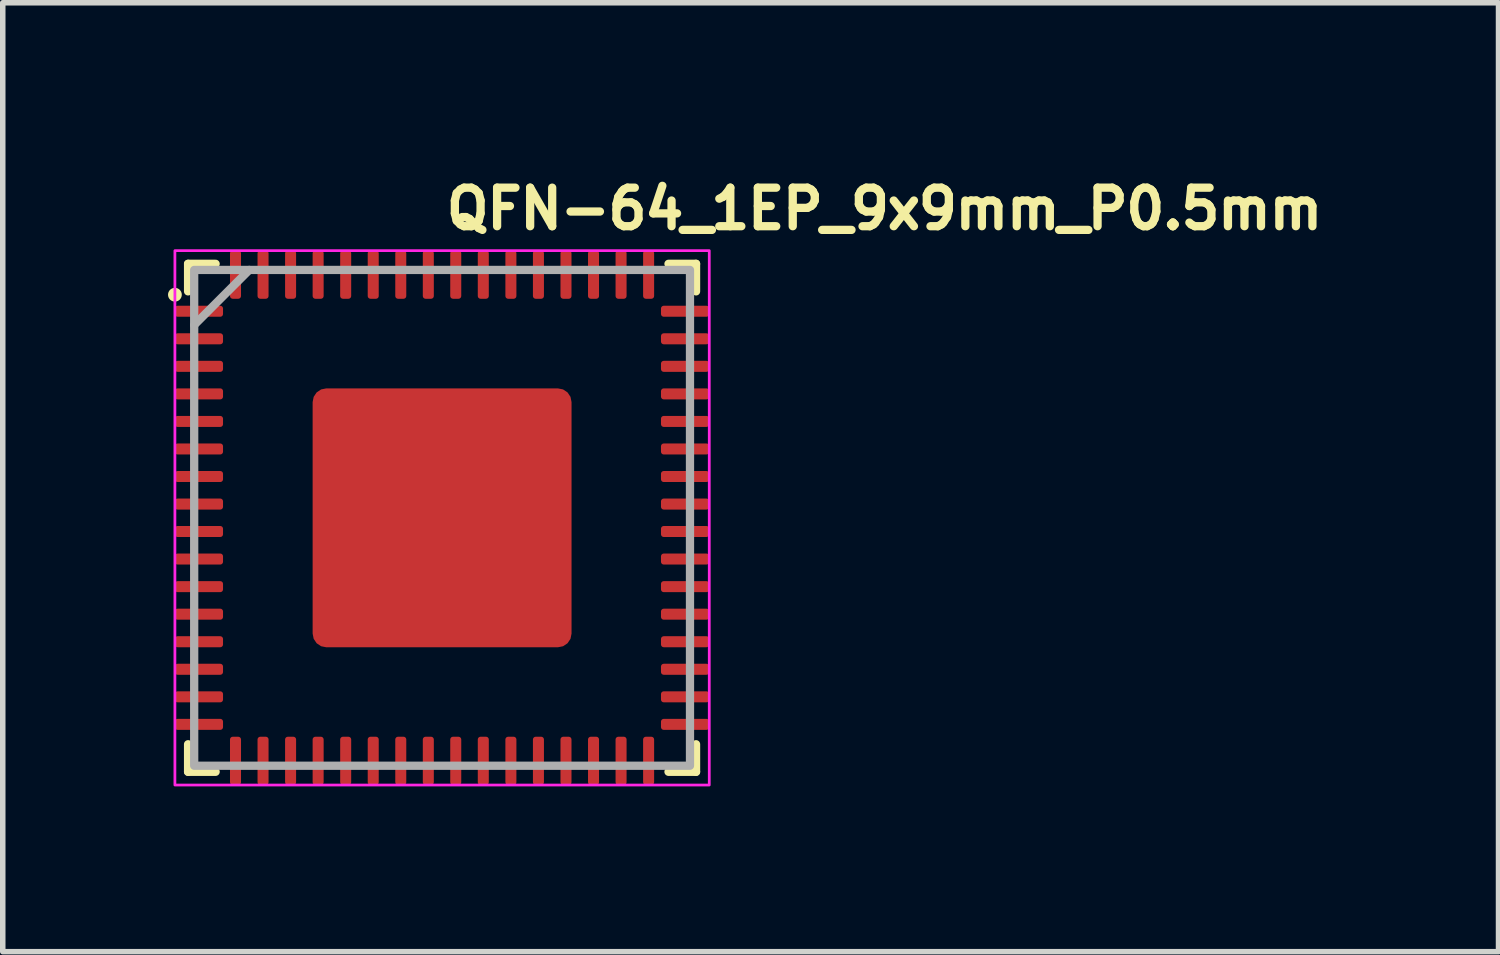
<source format=kicad_pcb>
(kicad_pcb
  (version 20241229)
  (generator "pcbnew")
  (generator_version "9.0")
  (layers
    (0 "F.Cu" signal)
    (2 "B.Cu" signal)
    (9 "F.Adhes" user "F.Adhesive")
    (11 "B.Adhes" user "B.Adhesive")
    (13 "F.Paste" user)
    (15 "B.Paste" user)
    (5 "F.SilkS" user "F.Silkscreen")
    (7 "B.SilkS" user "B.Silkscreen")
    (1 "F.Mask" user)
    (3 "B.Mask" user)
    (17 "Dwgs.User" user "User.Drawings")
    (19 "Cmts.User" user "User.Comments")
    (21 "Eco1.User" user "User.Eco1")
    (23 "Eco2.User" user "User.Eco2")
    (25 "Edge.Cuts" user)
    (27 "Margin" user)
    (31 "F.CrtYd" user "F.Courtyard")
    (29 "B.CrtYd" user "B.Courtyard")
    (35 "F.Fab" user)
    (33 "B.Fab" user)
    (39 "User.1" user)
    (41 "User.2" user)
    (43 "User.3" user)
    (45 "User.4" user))
  (footprint "QFN-64_1EP_9x9mm_P0.5mm"
    (layer "F.Cu")
    (at 4.975 6.35)
    (property "Reference" "QFN-64_1EP_9x9mm_P0.5mm" (at 0 -5.2 0) (layer "F.SilkS") (effects (font (size 0.7 0.7) (thickness 0.15)) (justify left bottom)))
    (attr smd)
    (fp_line (start -4.611 -4.111) (end -4.611 -4.611) (stroke (width 0.15) (type solid)) (layer "F.SilkS"))
    (fp_line (start -4.611 4.61) (end -4.611 4.11) (stroke (width 0.15) (type solid)) (layer "F.SilkS"))
    (fp_line (start -4.111 -4.611) (end -4.611 -4.611) (stroke (width 0.15) (type solid)) (layer "F.SilkS"))
    (fp_line (start -4.111 4.61) (end -4.611 4.61) (stroke (width 0.15) (type solid)) (layer "F.SilkS"))
    (fp_line (start 4.11 -4.611) (end 4.61 -4.611) (stroke (width 0.15) (type solid)) (layer "F.SilkS"))
    (fp_line (start 4.11 4.61) (end 4.61 4.61) (stroke (width 0.15) (type solid)) (layer "F.SilkS"))
    (fp_line (start 4.61 -4.611) (end 4.61 -4.111) (stroke (width 0.15) (type solid)) (layer "F.SilkS"))
    (fp_line (start 4.61 4.61) (end 4.61 4.11) (stroke (width 0.15) (type solid)) (layer "F.SilkS"))
    (fp_circle (center -4.85 -4.05) (end -4.8 -4.05) (stroke (width 0.15) (type solid)) (fill yes) (layer "F.SilkS"))
    (fp_rect (start -4.85 -4.85) (end 4.85 4.85) (stroke (width 0.05) (type solid)) (fill no) (layer "F.CrtYd"))
    (fp_line (start -4.5 -3.5) (end -3.5 -4.5) (stroke (width 0.15) (type solid)) (layer "F.Fab"))
    (fp_rect (start 4.5 4.5) (end -4.5 -4.5) (stroke (width 0.15) (type solid)) (fill no) (layer "F.Fab"))
    (fp_rect (start -4.51 -4.51) (end 4.509 4.509) (stroke (width 0.1) (type solid)) (fill no) (layer "User.5"))
    (fp_line (start -4.51 -3.875) (end -4.51 -3.625) (stroke (width 0.02) (type solid)) (layer "User.9"))
    (fp_line (start -4.51 -3.375) (end -4.51 -3.125) (stroke (width 0.02) (type solid)) (layer "User.9"))
    (fp_line (start -4.51 -2.875) (end -4.51 -2.625) (stroke (width 0.02) (type solid)) (layer "User.9"))
    (fp_line (start -4.51 -2.375) (end -4.51 -2.125) (stroke (width 0.02) (type solid)) (layer "User.9"))
    (fp_line (start -4.51 -1.875) (end -4.51 -1.625) (stroke (width 0.02) (type solid)) (layer "User.9"))
    (fp_line (start -4.51 -1.375) (end -4.51 -1.125) (stroke (width 0.02) (type solid)) (layer "User.9"))
    (fp_line (start -4.51 -0.875) (end -4.51 -0.625) (stroke (width 0.02) (type solid)) (layer "User.9"))
    (fp_line (start -4.51 -0.375) (end -4.51 -0.125) (stroke (width 0.02) (type solid)) (layer "User.9"))
    (fp_line (start -4.51 0.123) (end -4.51 0.373) (stroke (width 0.02) (type solid)) (layer "User.9"))
    (fp_line (start -4.51 0.623) (end -4.51 0.873) (stroke (width 0.02) (type solid)) (layer "User.9"))
    (fp_line (start -4.51 1.124) (end -4.51 1.374) (stroke (width 0.02) (type solid)) (layer "User.9"))
    (fp_line (start -4.51 1.624) (end -4.51 1.874) (stroke (width 0.02) (type solid)) (layer "User.9"))
    (fp_line (start -4.51 2.124) (end -4.51 2.374) (stroke (width 0.02) (type solid)) (layer "User.9"))
    (fp_line (start -4.51 2.624) (end -4.51 2.874) (stroke (width 0.02) (type solid)) (layer "User.9"))
    (fp_line (start -4.51 3.124) (end -4.51 3.374) (stroke (width 0.02) (type solid)) (layer "User.9"))
    (fp_line (start -4.51 3.624) (end -4.51 3.874) (stroke (width 0.02) (type solid)) (layer "User.9"))
    (fp_line (start -4.5 -4.08) (end -4.5 -3.875) (stroke (width 0.02) (type solid)) (layer "User.9"))
    (fp_line (start -4.5 -3.625) (end -4.5 -3.375) (stroke (width 0.02) (type solid)) (layer "User.9"))
    (fp_line (start -4.5 -3.125) (end -4.5 -2.875) (stroke (width 0.02) (type solid)) (layer "User.9"))
    (fp_line (start -4.5 -2.625) (end -4.5 -2.375) (stroke (width 0.02) (type solid)) (layer "User.9"))
    (fp_line (start -4.5 -2.125) (end -4.5 -1.875) (stroke (width 0.02) (type solid)) (layer "User.9"))
    (fp_line (start -4.5 -1.625) (end -4.5 -1.375) (stroke (width 0.02) (type solid)) (layer "User.9"))
    (fp_line (start -4.5 -1.125) (end -4.5 -0.875) (stroke (width 0.02) (type solid)) (layer "User.9"))
    (fp_line (start -4.5 -0.625) (end -4.5 -0.375) (stroke (width 0.02) (type solid)) (layer "User.9"))
    (fp_line (start -4.5 -0.125) (end -4.5 0.123) (stroke (width 0.02) (type solid)) (layer "User.9"))
    (fp_line (start -4.5 0.373) (end -4.5 0.623) (stroke (width 0.02) (type solid)) (layer "User.9"))
    (fp_line (start -4.5 0.873) (end -4.5 1.124) (stroke (width 0.02) (type solid)) (layer "User.9"))
    (fp_line (start -4.5 1.374) (end -4.5 1.624) (stroke (width 0.02) (type solid)) (layer "User.9"))
    (fp_line (start -4.5 1.874) (end -4.5 2.124) (stroke (width 0.02) (type solid)) (layer "User.9"))
    (fp_line (start -4.5 2.374) (end -4.5 2.624) (stroke (width 0.02) (type solid)) (layer "User.9"))
    (fp_line (start -4.5 2.874) (end -4.5 3.124) (stroke (width 0.02) (type solid)) (layer "User.9"))
    (fp_line (start -4.5 3.374) (end -4.5 3.624) (stroke (width 0.02) (type solid)) (layer "User.9"))
    (fp_line (start -4.5 3.874) (end -4.5 4.078) (stroke (width 0.02) (type solid)) (layer "User.9"))
    (fp_line (start -4.5 4.078) (end -4.08 4.498) (stroke (width 0.02) (type solid)) (layer "User.9"))
    (fp_line (start -4.375 -4.029) (end -4.375 -3.875) (stroke (width 0.02) (type solid)) (layer "User.9"))
    (fp_line (start -4.375 -4.029) (end -4.233 -3.971) (stroke (width 0.02) (type solid)) (layer "User.9"))
    (fp_line (start -4.375 -3.625) (end -4.375 -3.375) (stroke (width 0.02) (type solid)) (layer "User.9"))
    (fp_line (start -4.375 -3.125) (end -4.375 -2.875) (stroke (width 0.02) (type solid)) (layer "User.9"))
    (fp_line (start -4.375 -2.625) (end -4.375 -2.375) (stroke (width 0.02) (type solid)) (layer "User.9"))
    (fp_line (start -4.375 -2.125) (end -4.375 -1.875) (stroke (width 0.02) (type solid)) (layer "User.9"))
    (fp_line (start -4.375 -1.625) (end -4.375 -1.375) (stroke (width 0.02) (type solid)) (layer "User.9"))
    (fp_line (start -4.375 -1.125) (end -4.375 -0.875) (stroke (width 0.02) (type solid)) (layer "User.9"))
    (fp_line (start -4.375 -0.625) (end -4.375 -0.375) (stroke (width 0.02) (type solid)) (layer "User.9"))
    (fp_line (start -4.375 -0.125) (end -4.375 0.123) (stroke (width 0.02) (type solid)) (layer "User.9"))
    (fp_line (start -4.375 0.373) (end -4.375 0.623) (stroke (width 0.02) (type solid)) (layer "User.9"))
    (fp_line (start -4.375 0.873) (end -4.375 1.124) (stroke (width 0.02) (type solid)) (layer "User.9"))
    (fp_line (start -4.375 1.374) (end -4.375 1.624) (stroke (width 0.02) (type solid)) (layer "User.9"))
    (fp_line (start -4.375 1.874) (end -4.375 2.124) (stroke (width 0.02) (type solid)) (layer "User.9"))
    (fp_line (start -4.375 2.374) (end -4.375 2.624) (stroke (width 0.02) (type solid)) (layer "User.9"))
    (fp_line (start -4.375 2.874) (end -4.375 3.124) (stroke (width 0.02) (type solid)) (layer "User.9"))
    (fp_line (start -4.375 3.374) (end -4.375 3.624) (stroke (width 0.02) (type solid)) (layer "User.9"))
    (fp_line (start -4.375 3.874) (end -4.375 4.028) (stroke (width 0.02) (type solid)) (layer "User.9"))
    (fp_line (start -4.375 4.028) (end -4.029 4.373) (stroke (width 0.02) (type solid)) (layer "User.9"))
    (fp_line (start -4.374 -3.875) (end -4.51 -3.875) (stroke (width 0.02) (type solid)) (layer "User.9"))
    (fp_line (start -4.374 -3.875) (end -4.374 -3.625) (stroke (width 0.02) (type solid)) (layer "User.9"))
    (fp_line (start -4.374 -3.625) (end -4.51 -3.625) (stroke (width 0.02) (type solid)) (layer "User.9"))
    (fp_line (start -4.374 -3.375) (end -4.51 -3.375) (stroke (width 0.02) (type solid)) (layer "User.9"))
    (fp_line (start -4.374 -3.375) (end -4.374 -3.125) (stroke (width 0.02) (type solid)) (layer "User.9"))
    (fp_line (start -4.374 -3.125) (end -4.51 -3.125) (stroke (width 0.02) (type solid)) (layer "User.9"))
    (fp_line (start -4.374 -2.875) (end -4.51 -2.875) (stroke (width 0.02) (type solid)) (layer "User.9"))
    (fp_line (start -4.374 -2.875) (end -4.374 -2.625) (stroke (width 0.02) (type solid)) (layer "User.9"))
    (fp_line (start -4.374 -2.625) (end -4.51 -2.625) (stroke (width 0.02) (type solid)) (layer "User.9"))
    (fp_line (start -4.374 -2.375) (end -4.51 -2.375) (stroke (width 0.02) (type solid)) (layer "User.9"))
    (fp_line (start -4.374 -2.375) (end -4.374 -2.125) (stroke (width 0.02) (type solid)) (layer "User.9"))
    (fp_line (start -4.374 -2.125) (end -4.51 -2.125) (stroke (width 0.02) (type solid)) (layer "User.9"))
    (fp_line (start -4.374 -1.875) (end -4.51 -1.875) (stroke (width 0.02) (type solid)) (layer "User.9"))
    (fp_line (start -4.374 -1.875) (end -4.374 -1.625) (stroke (width 0.02) (type solid)) (layer "User.9"))
    (fp_line (start -4.374 -1.625) (end -4.51 -1.625) (stroke (width 0.02) (type solid)) (layer "User.9"))
    (fp_line (start -4.374 -1.375) (end -4.51 -1.375) (stroke (width 0.02) (type solid)) (layer "User.9"))
    (fp_line (start -4.374 -1.375) (end -4.374 -1.125) (stroke (width 0.02) (type solid)) (layer "User.9"))
    (fp_line (start -4.374 -1.125) (end -4.51 -1.125) (stroke (width 0.02) (type solid)) (layer "User.9"))
    (fp_line (start -4.374 -0.875) (end -4.51 -0.875) (stroke (width 0.02) (type solid)) (layer "User.9"))
    (fp_line (start -4.374 -0.875) (end -4.374 -0.625) (stroke (width 0.02) (type solid)) (layer "User.9"))
    (fp_line (start -4.374 -0.625) (end -4.51 -0.625) (stroke (width 0.02) (type solid)) (layer "User.9"))
    (fp_line (start -4.374 -0.375) (end -4.51 -0.375) (stroke (width 0.02) (type solid)) (layer "User.9"))
    (fp_line (start -4.374 -0.375) (end -4.374 -0.125) (stroke (width 0.02) (type solid)) (layer "User.9"))
    (fp_line (start -4.374 -0.125) (end -4.51 -0.125) (stroke (width 0.02) (type solid)) (layer "User.9"))
    (fp_line (start -4.374 0.123) (end -4.51 0.123) (stroke (width 0.02) (type solid)) (layer "User.9"))
    (fp_line (start -4.374 0.123) (end -4.374 0.373) (stroke (width 0.02) (type solid)) (layer "User.9"))
    (fp_line (start -4.374 0.373) (end -4.51 0.373) (stroke (width 0.02) (type solid)) (layer "User.9"))
    (fp_line (start -4.374 0.623) (end -4.51 0.623) (stroke (width 0.02) (type solid)) (layer "User.9"))
    (fp_line (start -4.374 0.623) (end -4.374 0.873) (stroke (width 0.02) (type solid)) (layer "User.9"))
    (fp_line (start -4.374 0.873) (end -4.51 0.873) (stroke (width 0.02) (type solid)) (layer "User.9"))
    (fp_line (start -4.374 1.124) (end -4.51 1.124) (stroke (width 0.02) (type solid)) (layer "User.9"))
    (fp_line (start -4.374 1.124) (end -4.374 1.374) (stroke (width 0.02) (type solid)) (layer "User.9"))
    (fp_line (start -4.374 1.374) (end -4.51 1.374) (stroke (width 0.02) (type solid)) (layer "User.9"))
    (fp_line (start -4.374 1.624) (end -4.51 1.624) (stroke (width 0.02) (type solid)) (layer "User.9"))
    (fp_line (start -4.374 1.624) (end -4.374 1.874) (stroke (width 0.02) (type solid)) (layer "User.9"))
    (fp_line (start -4.374 1.874) (end -4.51 1.874) (stroke (width 0.02) (type solid)) (layer "User.9"))
    (fp_line (start -4.374 2.124) (end -4.51 2.124) (stroke (width 0.02) (type solid)) (layer "User.9"))
    (fp_line (start -4.374 2.124) (end -4.374 2.374) (stroke (width 0.02) (type solid)) (layer "User.9"))
    (fp_line (start -4.374 2.374) (end -4.51 2.374) (stroke (width 0.02) (type solid)) (layer "User.9"))
    (fp_line (start -4.374 2.624) (end -4.51 2.624) (stroke (width 0.02) (type solid)) (layer "User.9"))
    (fp_line (start -4.374 2.624) (end -4.374 2.874) (stroke (width 0.02) (type solid)) (layer "User.9"))
    (fp_line (start -4.374 2.874) (end -4.51 2.874) (stroke (width 0.02) (type solid)) (layer "User.9"))
    (fp_line (start -4.374 3.124) (end -4.51 3.124) (stroke (width 0.02) (type solid)) (layer "User.9"))
    (fp_line (start -4.374 3.124) (end -4.374 3.374) (stroke (width 0.02) (type solid)) (layer "User.9"))
    (fp_line (start -4.374 3.374) (end -4.51 3.374) (stroke (width 0.02) (type solid)) (layer "User.9"))
    (fp_line (start -4.374 3.624) (end -4.51 3.624) (stroke (width 0.02) (type solid)) (layer "User.9"))
    (fp_line (start -4.374 3.624) (end -4.374 3.874) (stroke (width 0.02) (type solid)) (layer "User.9"))
    (fp_line (start -4.374 3.874) (end -4.51 3.874) (stroke (width 0.02) (type solid)) (layer "User.9"))
    (fp_line (start -4.233 -3.971) (end -4.233 3.968) (stroke (width 0.02) (type solid)) (layer "User.9"))
    (fp_line (start -4.233 3.968) (end -4.375 4.028) (stroke (width 0.02) (type solid)) (layer "User.9"))
    (fp_line (start -4.233 3.968) (end -3.971 4.232) (stroke (width 0.02) (type solid)) (layer "User.9"))
    (fp_line (start -4.1 -3.786) (end -4.096 -3.805) (stroke (width 0.02) (type solid)) (layer "User.9"))
    (fp_line (start -4.1 -3.77) (end -4.1 -3.786) (stroke (width 0.02) (type solid)) (layer "User.9"))
    (fp_line (start -4.1 -3.75) (end -4.1 -3.77) (stroke (width 0.02) (type solid)) (layer "User.9"))
    (fp_line (start -4.1 -3.734) (end -4.1 -3.751) (stroke (width 0.02) (type solid)) (layer "User.9"))
    (fp_line (start -4.1 -3.715) (end -4.1 -3.734) (stroke (width 0.02) (type solid)) (layer "User.9"))
    (fp_line (start -4.096 -3.805) (end -4.093 -3.822) (stroke (width 0.02) (type solid)) (layer "User.9"))
    (fp_line (start -4.096 -3.697) (end -4.1 -3.715) (stroke (width 0.02) (type solid)) (layer "User.9"))
    (fp_line (start -4.093 -3.822) (end -4.09 -3.838) (stroke (width 0.02) (type solid)) (layer "User.9"))
    (fp_line (start -4.093 -3.681) (end -4.096 -3.697) (stroke (width 0.02) (type solid)) (layer "User.9"))
    (fp_line (start -4.09 -3.838) (end -4.085 -3.855) (stroke (width 0.02) (type solid)) (layer "User.9"))
    (fp_line (start -4.09 -3.664) (end -4.093 -3.681) (stroke (width 0.02) (type solid)) (layer "User.9"))
    (fp_line (start -4.085 -3.855) (end -4.079 -3.871) (stroke (width 0.02) (type solid)) (layer "User.9"))
    (fp_line (start -4.085 -3.646) (end -4.09 -3.664) (stroke (width 0.02) (type solid)) (layer "User.9"))
    (fp_line (start -4.08 -4.5) (end -4.5 -4.08) (stroke (width 0.02) (type solid)) (layer "User.9"))
    (fp_line (start -4.08 4.498) (end -3.875 4.498) (stroke (width 0.02) (type solid)) (layer "User.9"))
    (fp_line (start -4.079 -3.871) (end -4.074 -3.887) (stroke (width 0.02) (type solid)) (layer "User.9"))
    (fp_line (start -4.079 -3.63) (end -4.085 -3.646) (stroke (width 0.02) (type solid)) (layer "User.9"))
    (fp_line (start -4.074 -3.887) (end -4.066 -3.903) (stroke (width 0.02) (type solid)) (layer "User.9"))
    (fp_line (start -4.074 -3.614) (end -4.079 -3.63) (stroke (width 0.02) (type solid)) (layer "User.9"))
    (fp_line (start -4.066 -3.903) (end -4.058 -3.918) (stroke (width 0.02) (type solid)) (layer "User.9"))
    (fp_line (start -4.066 -3.6) (end -4.074 -3.614) (stroke (width 0.02) (type solid)) (layer "User.9"))
    (fp_line (start -4.058 -3.918) (end -4.05 -3.932) (stroke (width 0.02) (type solid)) (layer "User.9"))
    (fp_line (start -4.058 -3.584) (end -4.066 -3.6) (stroke (width 0.02) (type solid)) (layer "User.9"))
    (fp_line (start -4.05 -3.932) (end -4.042 -3.947) (stroke (width 0.02) (type solid)) (layer "User.9"))
    (fp_line (start -4.05 -3.569) (end -4.058 -3.584) (stroke (width 0.02) (type solid)) (layer "User.9"))
    (fp_line (start -4.042 -3.947) (end -4.031 -3.96) (stroke (width 0.02) (type solid)) (layer "User.9"))
    (fp_line (start -4.042 -3.556) (end -4.05 -3.569) (stroke (width 0.02) (type solid)) (layer "User.9"))
    (fp_line (start -4.031 -3.96) (end -4.021 -3.973) (stroke (width 0.02) (type solid)) (layer "User.9"))
    (fp_line (start -4.031 -3.541) (end -4.042 -3.556) (stroke (width 0.02) (type solid)) (layer "User.9"))
    (fp_line (start -4.029 -4.375) (end -4.375 -4.029) (stroke (width 0.02) (type solid)) (layer "User.9"))
    (fp_line (start -4.029 4.373) (end -3.875 4.373) (stroke (width 0.02) (type solid)) (layer "User.9"))
    (fp_line (start -4.021 -3.973) (end -4.01 -3.987) (stroke (width 0.02) (type solid)) (layer "User.9"))
    (fp_line (start -4.021 -3.528) (end -4.031 -3.541) (stroke (width 0.02) (type solid)) (layer "User.9"))
    (fp_line (start -4.01 -3.987) (end -3.999 -3.999) (stroke (width 0.02) (type solid)) (layer "User.9"))
    (fp_line (start -4.01 -3.516) (end -4.021 -3.528) (stroke (width 0.02) (type solid)) (layer "User.9"))
    (fp_line (start -3.999 -3.999) (end -3.987 -4.01) (stroke (width 0.02) (type solid)) (layer "User.9"))
    (fp_line (start -3.999 -3.504) (end -4.01 -3.516) (stroke (width 0.02) (type solid)) (layer "User.9"))
    (fp_line (start -3.987 -4.01) (end -3.973 -4.021) (stroke (width 0.02) (type solid)) (layer "User.9"))
    (fp_line (start -3.987 -3.492) (end -3.999 -3.504) (stroke (width 0.02) (type solid)) (layer "User.9"))
    (fp_line (start -3.973 -4.021) (end -3.96 -4.031) (stroke (width 0.02) (type solid)) (layer "User.9"))
    (fp_line (start -3.973 -3.481) (end -3.987 -3.492) (stroke (width 0.02) (type solid)) (layer "User.9"))
    (fp_line (start -3.971 -4.233) (end -4.233 -3.971) (stroke (width 0.02) (type solid)) (layer "User.9"))
    (fp_line (start -3.971 -4.233) (end -4.029 -4.375) (stroke (width 0.02) (type solid)) (layer "User.9"))
    (fp_line (start -3.971 4.232) (end -4.029 4.373) (stroke (width 0.02) (type solid)) (layer "User.9"))
    (fp_line (start -3.971 4.232) (end 3.968 4.232) (stroke (width 0.02) (type solid)) (layer "User.9"))
    (fp_line (start -3.96 -4.031) (end -3.947 -4.042) (stroke (width 0.02) (type solid)) (layer "User.9"))
    (fp_line (start -3.96 -3.471) (end -3.973 -3.481) (stroke (width 0.02) (type solid)) (layer "User.9"))
    (fp_line (start -3.947 -4.042) (end -3.932 -4.05) (stroke (width 0.02) (type solid)) (layer "User.9"))
    (fp_line (start -3.947 -3.46) (end -3.96 -3.471) (stroke (width 0.02) (type solid)) (layer "User.9"))
    (fp_line (start -3.932 -4.05) (end -3.918 -4.058) (stroke (width 0.02) (type solid)) (layer "User.9"))
    (fp_line (start -3.932 -3.451) (end -3.947 -3.46) (stroke (width 0.02) (type solid)) (layer "User.9"))
    (fp_line (start -3.918 -4.058) (end -3.903 -4.066) (stroke (width 0.02) (type solid)) (layer "User.9"))
    (fp_line (start -3.918 -3.443) (end -3.932 -3.451) (stroke (width 0.02) (type solid)) (layer "User.9"))
    (fp_line (start -3.903 -4.066) (end -3.887 -4.074) (stroke (width 0.02) (type solid)) (layer "User.9"))
    (fp_line (start -3.903 -3.435) (end -3.918 -3.443) (stroke (width 0.02) (type solid)) (layer "User.9"))
    (fp_line (start -3.887 -4.074) (end -3.871 -4.079) (stroke (width 0.02) (type solid)) (layer "User.9"))
    (fp_line (start -3.887 -3.428) (end -3.903 -3.435) (stroke (width 0.02) (type solid)) (layer "User.9"))
    (fp_line (start -3.875 -4.5) (end -4.08 -4.5) (stroke (width 0.02) (type solid)) (layer "User.9"))
    (fp_line (start -3.875 -4.375) (end -4.029 -4.375) (stroke (width 0.02) (type solid)) (layer "User.9"))
    (fp_line (start -3.875 -4.374) (end -3.875 -4.51) (stroke (width 0.02) (type solid)) (layer "User.9"))
    (fp_line (start -3.875 4.371) (end -3.875 4.509) (stroke (width 0.02) (type solid)) (layer "User.9"))
    (fp_line (start -3.875 4.371) (end -3.625 4.371) (stroke (width 0.02) (type solid)) (layer "User.9"))
    (fp_line (start -3.875 4.509) (end -3.625 4.509) (stroke (width 0.02) (type solid)) (layer "User.9"))
    (fp_line (start -3.871 -4.079) (end -3.855 -4.085) (stroke (width 0.02) (type solid)) (layer "User.9"))
    (fp_line (start -3.871 -3.423) (end -3.887 -3.428) (stroke (width 0.02) (type solid)) (layer "User.9"))
    (fp_line (start -3.855 -4.085) (end -3.838 -4.09) (stroke (width 0.02) (type solid)) (layer "User.9"))
    (fp_line (start -3.855 -3.416) (end -3.871 -3.423) (stroke (width 0.02) (type solid)) (layer "User.9"))
    (fp_line (start -3.838 -4.09) (end -3.822 -4.093) (stroke (width 0.02) (type solid)) (layer "User.9"))
    (fp_line (start -3.838 -3.412) (end -3.855 -3.416) (stroke (width 0.02) (type solid)) (layer "User.9"))
    (fp_line (start -3.822 -4.093) (end -3.805 -4.096) (stroke (width 0.02) (type solid)) (layer "User.9"))
    (fp_line (start -3.822 -3.408) (end -3.838 -3.412) (stroke (width 0.02) (type solid)) (layer "User.9"))
    (fp_line (start -3.805 -4.096) (end -3.786 -4.098) (stroke (width 0.02) (type solid)) (layer "User.9"))
    (fp_line (start -3.805 -3.406) (end -3.822 -3.408) (stroke (width 0.02) (type solid)) (layer "User.9"))
    (fp_line (start -3.786 -4.098) (end -3.77 -4.1) (stroke (width 0.02) (type solid)) (layer "User.9"))
    (fp_line (start -3.786 -3.403) (end -3.805 -3.406) (stroke (width 0.02) (type solid)) (layer "User.9"))
    (fp_line (start -3.77 -4.1) (end -3.75 -4.1) (stroke (width 0.02) (type solid)) (layer "User.9"))
    (fp_line (start -3.77 -3.402) (end -3.786 -3.403) (stroke (width 0.02) (type solid)) (layer "User.9"))
    (fp_line (start -3.75 -4.1) (end -3.75 -4.1) (stroke (width 0.02) (type solid)) (layer "User.9"))
    (fp_line (start -3.75 -4.1) (end -3.733 -4.1) (stroke (width 0.02) (type solid)) (layer "User.9"))
    (fp_line (start -3.75 -3.402) (end -3.77 -3.402) (stroke (width 0.02) (type solid)) (layer "User.9"))
    (fp_line (start -3.75 -3.402) (end -3.75 -3.402) (stroke (width 0.02) (type solid)) (layer "User.9"))
    (fp_line (start -3.733 -4.1) (end -3.715 -4.098) (stroke (width 0.02) (type solid)) (layer "User.9"))
    (fp_line (start -3.733 -3.402) (end -3.75 -3.402) (stroke (width 0.02) (type solid)) (layer "User.9"))
    (fp_line (start -3.715 -4.098) (end -3.697 -4.096) (stroke (width 0.02) (type solid)) (layer "User.9"))
    (fp_line (start -3.715 -3.403) (end -3.733 -3.402) (stroke (width 0.02) (type solid)) (layer "User.9"))
    (fp_line (start -3.697 -4.096) (end -3.681 -4.093) (stroke (width 0.02) (type solid)) (layer "User.9"))
    (fp_line (start -3.697 -3.406) (end -3.715 -3.403) (stroke (width 0.02) (type solid)) (layer "User.9"))
    (fp_line (start -3.681 -4.093) (end -3.664 -4.09) (stroke (width 0.02) (type solid)) (layer "User.9"))
    (fp_line (start -3.681 -3.408) (end -3.697 -3.406) (stroke (width 0.02) (type solid)) (layer "User.9"))
    (fp_line (start -3.664 -4.09) (end -3.646 -4.085) (stroke (width 0.02) (type solid)) (layer "User.9"))
    (fp_line (start -3.664 -3.412) (end -3.681 -3.408) (stroke (width 0.02) (type solid)) (layer "User.9"))
    (fp_line (start -3.646 -4.085) (end -3.63 -4.079) (stroke (width 0.02) (type solid)) (layer "User.9"))
    (fp_line (start -3.646 -3.416) (end -3.664 -3.412) (stroke (width 0.02) (type solid)) (layer "User.9"))
    (fp_line (start -3.63 -4.079) (end -3.614 -4.074) (stroke (width 0.02) (type solid)) (layer "User.9"))
    (fp_line (start -3.63 -3.423) (end -3.646 -3.416) (stroke (width 0.02) (type solid)) (layer "User.9"))
    (fp_line (start -3.625 -4.51) (end -3.875 -4.51) (stroke (width 0.02) (type solid)) (layer "User.9"))
    (fp_line (start -3.625 -4.374) (end -3.875 -4.374) (stroke (width 0.02) (type solid)) (layer "User.9"))
    (fp_line (start -3.625 -4.374) (end -3.625 -4.51) (stroke (width 0.02) (type solid)) (layer "User.9"))
    (fp_line (start -3.625 4.371) (end -3.625 4.509) (stroke (width 0.02) (type solid)) (layer "User.9"))
    (fp_line (start -3.625 4.373) (end -3.375 4.373) (stroke (width 0.02) (type solid)) (layer "User.9"))
    (fp_line (start -3.625 4.498) (end -3.375 4.498) (stroke (width 0.02) (type solid)) (layer "User.9"))
    (fp_line (start -3.614 -4.074) (end -3.6 -4.066) (stroke (width 0.02) (type solid)) (layer "User.9"))
    (fp_line (start -3.614 -3.428) (end -3.63 -3.423) (stroke (width 0.02) (type solid)) (layer "User.9"))
    (fp_line (start -3.6 -4.066) (end -3.584 -4.058) (stroke (width 0.02) (type solid)) (layer "User.9"))
    (fp_line (start -3.6 -3.435) (end -3.614 -3.428) (stroke (width 0.02) (type solid)) (layer "User.9"))
    (fp_line (start -3.584 -4.058) (end -3.569 -4.05) (stroke (width 0.02) (type solid)) (layer "User.9"))
    (fp_line (start -3.584 -3.443) (end -3.6 -3.435) (stroke (width 0.02) (type solid)) (layer "User.9"))
    (fp_line (start -3.569 -4.05) (end -3.556 -4.042) (stroke (width 0.02) (type solid)) (layer "User.9"))
    (fp_line (start -3.569 -3.451) (end -3.584 -3.443) (stroke (width 0.02) (type solid)) (layer "User.9"))
    (fp_line (start -3.556 -4.042) (end -3.541 -4.031) (stroke (width 0.02) (type solid)) (layer "User.9"))
    (fp_line (start -3.556 -3.46) (end -3.569 -3.451) (stroke (width 0.02) (type solid)) (layer "User.9"))
    (fp_line (start -3.541 -4.031) (end -3.528 -4.021) (stroke (width 0.02) (type solid)) (layer "User.9"))
    (fp_line (start -3.541 -3.471) (end -3.556 -3.46) (stroke (width 0.02) (type solid)) (layer "User.9"))
    (fp_line (start -3.528 -4.021) (end -3.516 -4.01) (stroke (width 0.02) (type solid)) (layer "User.9"))
    (fp_line (start -3.528 -3.481) (end -3.541 -3.471) (stroke (width 0.02) (type solid)) (layer "User.9"))
    (fp_line (start -3.516 -4.01) (end -3.504 -3.999) (stroke (width 0.02) (type solid)) (layer "User.9"))
    (fp_line (start -3.516 -3.492) (end -3.528 -3.481) (stroke (width 0.02) (type solid)) (layer "User.9"))
    (fp_line (start -3.504 -3.999) (end -3.492 -3.987) (stroke (width 0.02) (type solid)) (layer "User.9"))
    (fp_line (start -3.504 -3.504) (end -3.516 -3.492) (stroke (width 0.02) (type solid)) (layer "User.9"))
    (fp_line (start -3.492 -3.987) (end -3.481 -3.973) (stroke (width 0.02) (type solid)) (layer "User.9"))
    (fp_line (start -3.492 -3.516) (end -3.504 -3.504) (stroke (width 0.02) (type solid)) (layer "User.9"))
    (fp_line (start -3.481 -3.973) (end -3.471 -3.96) (stroke (width 0.02) (type solid)) (layer "User.9"))
    (fp_line (start -3.481 -3.528) (end -3.492 -3.516) (stroke (width 0.02) (type solid)) (layer "User.9"))
    (fp_line (start -3.471 -3.96) (end -3.46 -3.947) (stroke (width 0.02) (type solid)) (layer "User.9"))
    (fp_line (start -3.471 -3.541) (end -3.481 -3.528) (stroke (width 0.02) (type solid)) (layer "User.9"))
    (fp_line (start -3.46 -3.947) (end -3.451 -3.932) (stroke (width 0.02) (type solid)) (layer "User.9"))
    (fp_line (start -3.46 -3.556) (end -3.471 -3.541) (stroke (width 0.02) (type solid)) (layer "User.9"))
    (fp_line (start -3.451 -3.932) (end -3.443 -3.918) (stroke (width 0.02) (type solid)) (layer "User.9"))
    (fp_line (start -3.451 -3.569) (end -3.46 -3.556) (stroke (width 0.02) (type solid)) (layer "User.9"))
    (fp_line (start -3.443 -3.918) (end -3.435 -3.903) (stroke (width 0.02) (type solid)) (layer "User.9"))
    (fp_line (start -3.443 -3.584) (end -3.451 -3.569) (stroke (width 0.02) (type solid)) (layer "User.9"))
    (fp_line (start -3.435 -3.903) (end -3.428 -3.887) (stroke (width 0.02) (type solid)) (layer "User.9"))
    (fp_line (start -3.435 -3.6) (end -3.443 -3.584) (stroke (width 0.02) (type solid)) (layer "User.9"))
    (fp_line (start -3.428 -3.887) (end -3.423 -3.871) (stroke (width 0.02) (type solid)) (layer "User.9"))
    (fp_line (start -3.428 -3.614) (end -3.435 -3.6) (stroke (width 0.02) (type solid)) (layer "User.9"))
    (fp_line (start -3.423 -3.871) (end -3.416 -3.855) (stroke (width 0.02) (type solid)) (layer "User.9"))
    (fp_line (start -3.423 -3.63) (end -3.428 -3.614) (stroke (width 0.02) (type solid)) (layer "User.9"))
    (fp_line (start -3.416 -3.855) (end -3.412 -3.838) (stroke (width 0.02) (type solid)) (layer "User.9"))
    (fp_line (start -3.416 -3.646) (end -3.423 -3.63) (stroke (width 0.02) (type solid)) (layer "User.9"))
    (fp_line (start -3.412 -3.838) (end -3.408 -3.822) (stroke (width 0.02) (type solid)) (layer "User.9"))
    (fp_line (start -3.412 -3.664) (end -3.416 -3.646) (stroke (width 0.02) (type solid)) (layer "User.9"))
    (fp_line (start -3.408 -3.822) (end -3.406 -3.805) (stroke (width 0.02) (type solid)) (layer "User.9"))
    (fp_line (start -3.408 -3.681) (end -3.412 -3.664) (stroke (width 0.02) (type solid)) (layer "User.9"))
    (fp_line (start -3.406 -3.805) (end -3.403 -3.786) (stroke (width 0.02) (type solid)) (layer "User.9"))
    (fp_line (start -3.406 -3.697) (end -3.408 -3.681) (stroke (width 0.02) (type solid)) (layer "User.9"))
    (fp_line (start -3.403 -3.786) (end -3.402 -3.769) (stroke (width 0.02) (type solid)) (layer "User.9"))
    (fp_line (start -3.403 -3.715) (end -3.406 -3.697) (stroke (width 0.02) (type solid)) (layer "User.9"))
    (fp_line (start -3.402 -3.769) (end -3.4 -3.75) (stroke (width 0.02) (type solid)) (layer "User.9"))
    (fp_line (start -3.402 -3.733) (end -3.403 -3.715) (stroke (width 0.02) (type solid)) (layer "User.9"))
    (fp_line (start -3.4 -3.75) (end -3.402 -3.733) (stroke (width 0.02) (type solid)) (layer "User.9"))
    (fp_line (start -3.375 -4.5) (end -3.625 -4.5) (stroke (width 0.02) (type solid)) (layer "User.9"))
    (fp_line (start -3.375 -4.375) (end -3.625 -4.375) (stroke (width 0.02) (type solid)) (layer "User.9"))
    (fp_line (start -3.375 -4.374) (end -3.375 -4.51) (stroke (width 0.02) (type solid)) (layer "User.9"))
    (fp_line (start -3.375 4.371) (end -3.375 4.509) (stroke (width 0.02) (type solid)) (layer "User.9"))
    (fp_line (start -3.375 4.371) (end -3.125 4.371) (stroke (width 0.02) (type solid)) (layer "User.9"))
    (fp_line (start -3.375 4.509) (end -3.125 4.509) (stroke (width 0.02) (type solid)) (layer "User.9"))
    (fp_line (start -3.125 -4.51) (end -3.375 -4.51) (stroke (width 0.02) (type solid)) (layer "User.9"))
    (fp_line (start -3.125 -4.374) (end -3.375 -4.374) (stroke (width 0.02) (type solid)) (layer "User.9"))
    (fp_line (start -3.125 -4.374) (end -3.125 -4.51) (stroke (width 0.02) (type solid)) (layer "User.9"))
    (fp_line (start -3.125 4.371) (end -3.125 4.509) (stroke (width 0.02) (type solid)) (layer "User.9"))
    (fp_line (start -3.125 4.373) (end -2.875 4.373) (stroke (width 0.02) (type solid)) (layer "User.9"))
    (fp_line (start -3.125 4.498) (end -2.875 4.498) (stroke (width 0.02) (type solid)) (layer "User.9"))
    (fp_line (start -2.875 -4.5) (end -3.125 -4.5) (stroke (width 0.02) (type solid)) (layer "User.9"))
    (fp_line (start -2.875 -4.375) (end -3.125 -4.375) (stroke (width 0.02) (type solid)) (layer "User.9"))
    (fp_line (start -2.875 -4.374) (end -2.875 -4.51) (stroke (width 0.02) (type solid)) (layer "User.9"))
    (fp_line (start -2.875 4.371) (end -2.875 4.509) (stroke (width 0.02) (type solid)) (layer "User.9"))
    (fp_line (start -2.875 4.371) (end -2.625 4.371) (stroke (width 0.02) (type solid)) (layer "User.9"))
    (fp_line (start -2.875 4.509) (end -2.625 4.509) (stroke (width 0.02) (type solid)) (layer "User.9"))
    (fp_line (start -2.625 -4.51) (end -2.875 -4.51) (stroke (width 0.02) (type solid)) (layer "User.9"))
    (fp_line (start -2.625 -4.374) (end -2.875 -4.374) (stroke (width 0.02) (type solid)) (layer "User.9"))
    (fp_line (start -2.625 -4.374) (end -2.625 -4.51) (stroke (width 0.02) (type solid)) (layer "User.9"))
    (fp_line (start -2.625 4.371) (end -2.625 4.509) (stroke (width 0.02) (type solid)) (layer "User.9"))
    (fp_line (start -2.625 4.373) (end -2.375 4.373) (stroke (width 0.02) (type solid)) (layer "User.9"))
    (fp_line (start -2.625 4.498) (end -2.375 4.498) (stroke (width 0.02) (type solid)) (layer "User.9"))
    (fp_line (start -2.375 -4.5) (end -2.625 -4.5) (stroke (width 0.02) (type solid)) (layer "User.9"))
    (fp_line (start -2.375 -4.375) (end -2.625 -4.375) (stroke (width 0.02) (type solid)) (layer "User.9"))
    (fp_line (start -2.375 -4.374) (end -2.375 -4.51) (stroke (width 0.02) (type solid)) (layer "User.9"))
    (fp_line (start -2.375 4.371) (end -2.375 4.509) (stroke (width 0.02) (type solid)) (layer "User.9"))
    (fp_line (start -2.375 4.371) (end -2.125 4.371) (stroke (width 0.02) (type solid)) (layer "User.9"))
    (fp_line (start -2.375 4.509) (end -2.125 4.509) (stroke (width 0.02) (type solid)) (layer "User.9"))
    (fp_line (start -2.125 -4.51) (end -2.375 -4.51) (stroke (width 0.02) (type solid)) (layer "User.9"))
    (fp_line (start -2.125 -4.374) (end -2.375 -4.374) (stroke (width 0.02) (type solid)) (layer "User.9"))
    (fp_line (start -2.125 -4.374) (end -2.125 -4.51) (stroke (width 0.02) (type solid)) (layer "User.9"))
    (fp_line (start -2.125 4.371) (end -2.125 4.509) (stroke (width 0.02) (type solid)) (layer "User.9"))
    (fp_line (start -2.125 4.373) (end -1.875 4.373) (stroke (width 0.02) (type solid)) (layer "User.9"))
    (fp_line (start -2.125 4.498) (end -1.875 4.498) (stroke (width 0.02) (type solid)) (layer "User.9"))
    (fp_line (start -1.875 -4.5) (end -2.125 -4.5) (stroke (width 0.02) (type solid)) (layer "User.9"))
    (fp_line (start -1.875 -4.375) (end -2.125 -4.375) (stroke (width 0.02) (type solid)) (layer "User.9"))
    (fp_line (start -1.875 -4.374) (end -1.875 -4.51) (stroke (width 0.02) (type solid)) (layer "User.9"))
    (fp_line (start -1.875 4.371) (end -1.875 4.509) (stroke (width 0.02) (type solid)) (layer "User.9"))
    (fp_line (start -1.875 4.371) (end -1.625 4.371) (stroke (width 0.02) (type solid)) (layer "User.9"))
    (fp_line (start -1.875 4.509) (end -1.625 4.509) (stroke (width 0.02) (type solid)) (layer "User.9"))
    (fp_line (start -1.625 -4.51) (end -1.875 -4.51) (stroke (width 0.02) (type solid)) (layer "User.9"))
    (fp_line (start -1.625 -4.374) (end -1.875 -4.374) (stroke (width 0.02) (type solid)) (layer "User.9"))
    (fp_line (start -1.625 -4.374) (end -1.625 -4.51) (stroke (width 0.02) (type solid)) (layer "User.9"))
    (fp_line (start -1.625 4.371) (end -1.625 4.509) (stroke (width 0.02) (type solid)) (layer "User.9"))
    (fp_line (start -1.625 4.373) (end -1.375 4.373) (stroke (width 0.02) (type solid)) (layer "User.9"))
    (fp_line (start -1.625 4.498) (end -1.375 4.498) (stroke (width 0.02) (type solid)) (layer "User.9"))
    (fp_line (start -1.375 -4.5) (end -1.625 -4.5) (stroke (width 0.02) (type solid)) (layer "User.9"))
    (fp_line (start -1.375 -4.375) (end -1.625 -4.375) (stroke (width 0.02) (type solid)) (layer "User.9"))
    (fp_line (start -1.375 -4.374) (end -1.375 -4.51) (stroke (width 0.02) (type solid)) (layer "User.9"))
    (fp_line (start -1.375 4.371) (end -1.375 4.509) (stroke (width 0.02) (type solid)) (layer "User.9"))
    (fp_line (start -1.375 4.371) (end -1.125 4.371) (stroke (width 0.02) (type solid)) (layer "User.9"))
    (fp_line (start -1.375 4.509) (end -1.125 4.509) (stroke (width 0.02) (type solid)) (layer "User.9"))
    (fp_line (start -1.125 -4.51) (end -1.375 -4.51) (stroke (width 0.02) (type solid)) (layer "User.9"))
    (fp_line (start -1.125 -4.374) (end -1.375 -4.374) (stroke (width 0.02) (type solid)) (layer "User.9"))
    (fp_line (start -1.125 -4.374) (end -1.125 -4.51) (stroke (width 0.02) (type solid)) (layer "User.9"))
    (fp_line (start -1.125 4.371) (end -1.125 4.509) (stroke (width 0.02) (type solid)) (layer "User.9"))
    (fp_line (start -1.125 4.373) (end -0.875 4.373) (stroke (width 0.02) (type solid)) (layer "User.9"))
    (fp_line (start -1.125 4.498) (end -0.875 4.498) (stroke (width 0.02) (type solid)) (layer "User.9"))
    (fp_line (start -0.875 -4.5) (end -1.125 -4.5) (stroke (width 0.02) (type solid)) (layer "User.9"))
    (fp_line (start -0.875 -4.375) (end -1.125 -4.375) (stroke (width 0.02) (type solid)) (layer "User.9"))
    (fp_line (start -0.875 -4.374) (end -0.875 -4.51) (stroke (width 0.02) (type solid)) (layer "User.9"))
    (fp_line (start -0.875 4.371) (end -0.875 4.509) (stroke (width 0.02) (type solid)) (layer "User.9"))
    (fp_line (start -0.875 4.371) (end -0.625 4.371) (stroke (width 0.02) (type solid)) (layer "User.9"))
    (fp_line (start -0.875 4.509) (end -0.625 4.509) (stroke (width 0.02) (type solid)) (layer "User.9"))
    (fp_line (start -0.625 -4.51) (end -0.875 -4.51) (stroke (width 0.02) (type solid)) (layer "User.9"))
    (fp_line (start -0.625 -4.374) (end -0.875 -4.374) (stroke (width 0.02) (type solid)) (layer "User.9"))
    (fp_line (start -0.625 -4.374) (end -0.625 -4.51) (stroke (width 0.02) (type solid)) (layer "User.9"))
    (fp_line (start -0.625 4.371) (end -0.625 4.509) (stroke (width 0.02) (type solid)) (layer "User.9"))
    (fp_line (start -0.625 4.373) (end -0.375 4.373) (stroke (width 0.02) (type solid)) (layer "User.9"))
    (fp_line (start -0.625 4.498) (end -0.375 4.498) (stroke (width 0.02) (type solid)) (layer "User.9"))
    (fp_line (start -0.375 -4.5) (end -0.625 -4.5) (stroke (width 0.02) (type solid)) (layer "User.9"))
    (fp_line (start -0.375 -4.375) (end -0.625 -4.375) (stroke (width 0.02) (type solid)) (layer "User.9"))
    (fp_line (start -0.375 -4.374) (end -0.375 -4.51) (stroke (width 0.02) (type solid)) (layer "User.9"))
    (fp_line (start -0.375 4.371) (end -0.375 4.509) (stroke (width 0.02) (type solid)) (layer "User.9"))
    (fp_line (start -0.375 4.371) (end -0.125 4.371) (stroke (width 0.02) (type solid)) (layer "User.9"))
    (fp_line (start -0.375 4.509) (end -0.125 4.509) (stroke (width 0.02) (type solid)) (layer "User.9"))
    (fp_line (start -0.125 -4.51) (end -0.375 -4.51) (stroke (width 0.02) (type solid)) (layer "User.9"))
    (fp_line (start -0.125 -4.374) (end -0.375 -4.374) (stroke (width 0.02) (type solid)) (layer "User.9"))
    (fp_line (start -0.125 -4.374) (end -0.125 -4.51) (stroke (width 0.02) (type solid)) (layer "User.9"))
    (fp_line (start -0.125 4.371) (end -0.125 4.509) (stroke (width 0.02) (type solid)) (layer "User.9"))
    (fp_line (start -0.125 4.373) (end 0.123 4.373) (stroke (width 0.02) (type solid)) (layer "User.9"))
    (fp_line (start -0.125 4.498) (end 0.123 4.498) (stroke (width 0.02) (type solid)) (layer "User.9"))
    (fp_line (start 0.123 -4.5) (end -0.125 -4.5) (stroke (width 0.02) (type solid)) (layer "User.9"))
    (fp_line (start 0.123 -4.375) (end -0.125 -4.375) (stroke (width 0.02) (type solid)) (layer "User.9"))
    (fp_line (start 0.123 -4.374) (end 0.123 -4.51) (stroke (width 0.02) (type solid)) (layer "User.9"))
    (fp_line (start 0.123 4.371) (end 0.123 4.509) (stroke (width 0.02) (type solid)) (layer "User.9"))
    (fp_line (start 0.123 4.371) (end 0.373 4.371) (stroke (width 0.02) (type solid)) (layer "User.9"))
    (fp_line (start 0.123 4.509) (end 0.373 4.509) (stroke (width 0.02) (type solid)) (layer "User.9"))
    (fp_line (start 0.373 -4.51) (end 0.123 -4.51) (stroke (width 0.02) (type solid)) (layer "User.9"))
    (fp_line (start 0.373 -4.374) (end 0.123 -4.374) (stroke (width 0.02) (type solid)) (layer "User.9"))
    (fp_line (start 0.373 -4.374) (end 0.373 -4.51) (stroke (width 0.02) (type solid)) (layer "User.9"))
    (fp_line (start 0.373 4.371) (end 0.373 4.509) (stroke (width 0.02) (type solid)) (layer "User.9"))
    (fp_line (start 0.373 4.373) (end 0.623 4.373) (stroke (width 0.02) (type solid)) (layer "User.9"))
    (fp_line (start 0.373 4.498) (end 0.623 4.498) (stroke (width 0.02) (type solid)) (layer "User.9"))
    (fp_line (start 0.623 -4.5) (end 0.373 -4.5) (stroke (width 0.02) (type solid)) (layer "User.9"))
    (fp_line (start 0.623 -4.375) (end 0.373 -4.375) (stroke (width 0.02) (type solid)) (layer "User.9"))
    (fp_line (start 0.623 -4.374) (end 0.623 -4.51) (stroke (width 0.02) (type solid)) (layer "User.9"))
    (fp_line (start 0.623 4.371) (end 0.623 4.509) (stroke (width 0.02) (type solid)) (layer "User.9"))
    (fp_line (start 0.623 4.371) (end 0.873 4.371) (stroke (width 0.02) (type solid)) (layer "User.9"))
    (fp_line (start 0.623 4.509) (end 0.873 4.509) (stroke (width 0.02) (type solid)) (layer "User.9"))
    (fp_line (start 0.873 -4.51) (end 0.623 -4.51) (stroke (width 0.02) (type solid)) (layer "User.9"))
    (fp_line (start 0.873 -4.374) (end 0.623 -4.374) (stroke (width 0.02) (type solid)) (layer "User.9"))
    (fp_line (start 0.873 -4.374) (end 0.873 -4.51) (stroke (width 0.02) (type solid)) (layer "User.9"))
    (fp_line (start 0.873 4.371) (end 0.873 4.509) (stroke (width 0.02) (type solid)) (layer "User.9"))
    (fp_line (start 0.873 4.373) (end 1.124 4.373) (stroke (width 0.02) (type solid)) (layer "User.9"))
    (fp_line (start 0.873 4.498) (end 1.124 4.498) (stroke (width 0.02) (type solid)) (layer "User.9"))
    (fp_line (start 1.124 -4.5) (end 0.873 -4.5) (stroke (width 0.02) (type solid)) (layer "User.9"))
    (fp_line (start 1.124 -4.375) (end 0.873 -4.375) (stroke (width 0.02) (type solid)) (layer "User.9"))
    (fp_line (start 1.124 -4.374) (end 1.124 -4.51) (stroke (width 0.02) (type solid)) (layer "User.9"))
    (fp_line (start 1.124 4.371) (end 1.124 4.509) (stroke (width 0.02) (type solid)) (layer "User.9"))
    (fp_line (start 1.124 4.371) (end 1.374 4.371) (stroke (width 0.02) (type solid)) (layer "User.9"))
    (fp_line (start 1.124 4.509) (end 1.374 4.509) (stroke (width 0.02) (type solid)) (layer "User.9"))
    (fp_line (start 1.374 -4.51) (end 1.124 -4.51) (stroke (width 0.02) (type solid)) (layer "User.9"))
    (fp_line (start 1.374 -4.374) (end 1.124 -4.374) (stroke (width 0.02) (type solid)) (layer "User.9"))
    (fp_line (start 1.374 -4.374) (end 1.374 -4.51) (stroke (width 0.02) (type solid)) (layer "User.9"))
    (fp_line (start 1.374 4.371) (end 1.374 4.509) (stroke (width 0.02) (type solid)) (layer "User.9"))
    (fp_line (start 1.374 4.373) (end 1.624 4.373) (stroke (width 0.02) (type solid)) (layer "User.9"))
    (fp_line (start 1.374 4.498) (end 1.624 4.498) (stroke (width 0.02) (type solid)) (layer "User.9"))
    (fp_line (start 1.624 -4.5) (end 1.374 -4.5) (stroke (width 0.02) (type solid)) (layer "User.9"))
    (fp_line (start 1.624 -4.375) (end 1.374 -4.375) (stroke (width 0.02) (type solid)) (layer "User.9"))
    (fp_line (start 1.624 -4.374) (end 1.624 -4.51) (stroke (width 0.02) (type solid)) (layer "User.9"))
    (fp_line (start 1.624 4.371) (end 1.624 4.509) (stroke (width 0.02) (type solid)) (layer "User.9"))
    (fp_line (start 1.624 4.371) (end 1.874 4.371) (stroke (width 0.02) (type solid)) (layer "User.9"))
    (fp_line (start 1.624 4.509) (end 1.874 4.509) (stroke (width 0.02) (type solid)) (layer "User.9"))
    (fp_line (start 1.874 -4.51) (end 1.624 -4.51) (stroke (width 0.02) (type solid)) (layer "User.9"))
    (fp_line (start 1.874 -4.374) (end 1.624 -4.374) (stroke (width 0.02) (type solid)) (layer "User.9"))
    (fp_line (start 1.874 -4.374) (end 1.874 -4.51) (stroke (width 0.02) (type solid)) (layer "User.9"))
    (fp_line (start 1.874 4.371) (end 1.874 4.509) (stroke (width 0.02) (type solid)) (layer "User.9"))
    (fp_line (start 1.874 4.373) (end 2.124 4.373) (stroke (width 0.02) (type solid)) (layer "User.9"))
    (fp_line (start 1.874 4.498) (end 2.124 4.498) (stroke (width 0.02) (type solid)) (layer "User.9"))
    (fp_line (start 2.124 -4.5) (end 1.874 -4.5) (stroke (width 0.02) (type solid)) (layer "User.9"))
    (fp_line (start 2.124 -4.375) (end 1.874 -4.375) (stroke (width 0.02) (type solid)) (layer "User.9"))
    (fp_line (start 2.124 -4.374) (end 2.124 -4.51) (stroke (width 0.02) (type solid)) (layer "User.9"))
    (fp_line (start 2.124 4.371) (end 2.124 4.509) (stroke (width 0.02) (type solid)) (layer "User.9"))
    (fp_line (start 2.124 4.371) (end 2.374 4.371) (stroke (width 0.02) (type solid)) (layer "User.9"))
    (fp_line (start 2.124 4.509) (end 2.374 4.509) (stroke (width 0.02) (type solid)) (layer "User.9"))
    (fp_line (start 2.374 -4.51) (end 2.124 -4.51) (stroke (width 0.02) (type solid)) (layer "User.9"))
    (fp_line (start 2.374 -4.374) (end 2.124 -4.374) (stroke (width 0.02) (type solid)) (layer "User.9"))
    (fp_line (start 2.374 -4.374) (end 2.374 -4.51) (stroke (width 0.02) (type solid)) (layer "User.9"))
    (fp_line (start 2.374 4.371) (end 2.374 4.509) (stroke (width 0.02) (type solid)) (layer "User.9"))
    (fp_line (start 2.374 4.373) (end 2.624 4.373) (stroke (width 0.02) (type solid)) (layer "User.9"))
    (fp_line (start 2.374 4.498) (end 2.624 4.498) (stroke (width 0.02) (type solid)) (layer "User.9"))
    (fp_line (start 2.624 -4.5) (end 2.374 -4.5) (stroke (width 0.02) (type solid)) (layer "User.9"))
    (fp_line (start 2.624 -4.375) (end 2.374 -4.375) (stroke (width 0.02) (type solid)) (layer "User.9"))
    (fp_line (start 2.624 -4.374) (end 2.624 -4.51) (stroke (width 0.02) (type solid)) (layer "User.9"))
    (fp_line (start 2.624 4.371) (end 2.624 4.509) (stroke (width 0.02) (type solid)) (layer "User.9"))
    (fp_line (start 2.624 4.371) (end 2.874 4.371) (stroke (width 0.02) (type solid)) (layer "User.9"))
    (fp_line (start 2.624 4.509) (end 2.874 4.509) (stroke (width 0.02) (type solid)) (layer "User.9"))
    (fp_line (start 2.874 -4.51) (end 2.624 -4.51) (stroke (width 0.02) (type solid)) (layer "User.9"))
    (fp_line (start 2.874 -4.374) (end 2.624 -4.374) (stroke (width 0.02) (type solid)) (layer "User.9"))
    (fp_line (start 2.874 -4.374) (end 2.874 -4.51) (stroke (width 0.02) (type solid)) (layer "User.9"))
    (fp_line (start 2.874 4.371) (end 2.874 4.509) (stroke (width 0.02) (type solid)) (layer "User.9"))
    (fp_line (start 2.874 4.373) (end 3.124 4.373) (stroke (width 0.02) (type solid)) (layer "User.9"))
    (fp_line (start 2.874 4.498) (end 3.124 4.498) (stroke (width 0.02) (type solid)) (layer "User.9"))
    (fp_line (start 3.124 -4.5) (end 2.874 -4.5) (stroke (width 0.02) (type solid)) (layer "User.9"))
    (fp_line (start 3.124 -4.375) (end 2.874 -4.375) (stroke (width 0.02) (type solid)) (layer "User.9"))
    (fp_line (start 3.124 -4.374) (end 3.124 -4.51) (stroke (width 0.02) (type solid)) (layer "User.9"))
    (fp_line (start 3.124 4.371) (end 3.124 4.509) (stroke (width 0.02) (type solid)) (layer "User.9"))
    (fp_line (start 3.124 4.371) (end 3.374 4.371) (stroke (width 0.02) (type solid)) (layer "User.9"))
    (fp_line (start 3.124 4.509) (end 3.374 4.509) (stroke (width 0.02) (type solid)) (layer "User.9"))
    (fp_line (start 3.374 -4.51) (end 3.124 -4.51) (stroke (width 0.02) (type solid)) (layer "User.9"))
    (fp_line (start 3.374 -4.374) (end 3.124 -4.374) (stroke (width 0.02) (type solid)) (layer "User.9"))
    (fp_line (start 3.374 -4.374) (end 3.374 -4.51) (stroke (width 0.02) (type solid)) (layer "User.9"))
    (fp_line (start 3.374 4.371) (end 3.374 4.509) (stroke (width 0.02) (type solid)) (layer "User.9"))
    (fp_line (start 3.374 4.373) (end 3.624 4.373) (stroke (width 0.02) (type solid)) (layer "User.9"))
    (fp_line (start 3.374 4.498) (end 3.624 4.498) (stroke (width 0.02) (type solid)) (layer "User.9"))
    (fp_line (start 3.624 -4.5) (end 3.374 -4.5) (stroke (width 0.02) (type solid)) (layer "User.9"))
    (fp_line (start 3.624 -4.375) (end 3.374 -4.375) (stroke (width 0.02) (type solid)) (layer "User.9"))
    (fp_line (start 3.624 -4.374) (end 3.624 -4.51) (stroke (width 0.02) (type solid)) (layer "User.9"))
    (fp_line (start 3.624 4.371) (end 3.624 4.509) (stroke (width 0.02) (type solid)) (layer "User.9"))
    (fp_line (start 3.624 4.371) (end 3.874 4.371) (stroke (width 0.02) (type solid)) (layer "User.9"))
    (fp_line (start 3.624 4.509) (end 3.874 4.509) (stroke (width 0.02) (type solid)) (layer "User.9"))
    (fp_line (start 3.874 -4.51) (end 3.624 -4.51) (stroke (width 0.02) (type solid)) (layer "User.9"))
    (fp_line (start 3.874 -4.374) (end 3.624 -4.374) (stroke (width 0.02) (type solid)) (layer "User.9"))
    (fp_line (start 3.874 -4.374) (end 3.874 -4.51) (stroke (width 0.02) (type solid)) (layer "User.9"))
    (fp_line (start 3.874 4.371) (end 3.874 4.509) (stroke (width 0.02) (type solid)) (layer "User.9"))
    (fp_line (start 3.874 4.373) (end 4.028 4.373) (stroke (width 0.02) (type solid)) (layer "User.9"))
    (fp_line (start 3.874 4.498) (end 4.078 4.498) (stroke (width 0.02) (type solid)) (layer "User.9"))
    (fp_line (start 3.968 -4.233) (end -3.971 -4.233) (stroke (width 0.02) (type solid)) (layer "User.9"))
    (fp_line (start 3.968 -4.233) (end 4.028 -4.375) (stroke (width 0.02) (type solid)) (layer "User.9"))
    (fp_line (start 3.968 4.232) (end 4.028 4.373) (stroke (width 0.02) (type solid)) (layer "User.9"))
    (fp_line (start 3.968 4.232) (end 4.232 3.968) (stroke (width 0.02) (type solid)) (layer "User.9"))
    (fp_line (start 4.028 -4.375) (end 3.874 -4.375) (stroke (width 0.02) (type solid)) (layer "User.9"))
    (fp_line (start 4.028 4.373) (end 4.373 4.028) (stroke (width 0.02) (type solid)) (layer "User.9"))
    (fp_line (start 4.078 -4.5) (end 3.874 -4.5) (stroke (width 0.02) (type solid)) (layer "User.9"))
    (fp_line (start 4.078 4.498) (end 4.498 4.078) (stroke (width 0.02) (type solid)) (layer "User.9"))
    (fp_line (start 4.232 -3.971) (end 3.968 -4.233) (stroke (width 0.02) (type solid)) (layer "User.9"))
    (fp_line (start 4.232 -3.971) (end 4.373 -4.029) (stroke (width 0.02) (type solid)) (layer "User.9"))
    (fp_line (start 4.232 3.968) (end 4.232 -3.971) (stroke (width 0.02) (type solid)) (layer "User.9"))
    (fp_line (start 4.232 3.968) (end 4.373 4.028) (stroke (width 0.02) (type solid)) (layer "User.9"))
    (fp_line (start 4.371 -3.875) (end 4.509 -3.875) (stroke (width 0.02) (type solid)) (layer "User.9"))
    (fp_line (start 4.371 -3.625) (end 4.371 -3.875) (stroke (width 0.02) (type solid)) (layer "User.9"))
    (fp_line (start 4.371 -3.625) (end 4.509 -3.625) (stroke (width 0.02) (type solid)) (layer "User.9"))
    (fp_line (start 4.371 -3.375) (end 4.509 -3.375) (stroke (width 0.02) (type solid)) (layer "User.9"))
    (fp_line (start 4.371 -3.125) (end 4.371 -3.375) (stroke (width 0.02) (type solid)) (layer "User.9"))
    (fp_line (start 4.371 -3.125) (end 4.509 -3.125) (stroke (width 0.02) (type solid)) (layer "User.9"))
    (fp_line (start 4.371 -2.875) (end 4.509 -2.875) (stroke (width 0.02) (type solid)) (layer "User.9"))
    (fp_line (start 4.371 -2.625) (end 4.371 -2.875) (stroke (width 0.02) (type solid)) (layer "User.9"))
    (fp_line (start 4.371 -2.625) (end 4.509 -2.625) (stroke (width 0.02) (type solid)) (layer "User.9"))
    (fp_line (start 4.371 -2.375) (end 4.509 -2.375) (stroke (width 0.02) (type solid)) (layer "User.9"))
    (fp_line (start 4.371 -2.125) (end 4.371 -2.375) (stroke (width 0.02) (type solid)) (layer "User.9"))
    (fp_line (start 4.371 -2.125) (end 4.509 -2.125) (stroke (width 0.02) (type solid)) (layer "User.9"))
    (fp_line (start 4.371 -1.875) (end 4.509 -1.875) (stroke (width 0.02) (type solid)) (layer "User.9"))
    (fp_line (start 4.371 -1.625) (end 4.371 -1.875) (stroke (width 0.02) (type solid)) (layer "User.9"))
    (fp_line (start 4.371 -1.625) (end 4.509 -1.625) (stroke (width 0.02) (type solid)) (layer "User.9"))
    (fp_line (start 4.371 -1.375) (end 4.509 -1.375) (stroke (width 0.02) (type solid)) (layer "User.9"))
    (fp_line (start 4.371 -1.125) (end 4.371 -1.375) (stroke (width 0.02) (type solid)) (layer "User.9"))
    (fp_line (start 4.371 -1.125) (end 4.509 -1.125) (stroke (width 0.02) (type solid)) (layer "User.9"))
    (fp_line (start 4.371 -0.875) (end 4.509 -0.875) (stroke (width 0.02) (type solid)) (layer "User.9"))
    (fp_line (start 4.371 -0.625) (end 4.371 -0.875) (stroke (width 0.02) (type solid)) (layer "User.9"))
    (fp_line (start 4.371 -0.625) (end 4.509 -0.625) (stroke (width 0.02) (type solid)) (layer "User.9"))
    (fp_line (start 4.371 -0.375) (end 4.509 -0.375) (stroke (width 0.02) (type solid)) (layer "User.9"))
    (fp_line (start 4.371 -0.125) (end 4.371 -0.375) (stroke (width 0.02) (type solid)) (layer "User.9"))
    (fp_line (start 4.371 -0.125) (end 4.509 -0.125) (stroke (width 0.02) (type solid)) (layer "User.9"))
    (fp_line (start 4.371 0.123) (end 4.509 0.123) (stroke (width 0.02) (type solid)) (layer "User.9"))
    (fp_line (start 4.371 0.373) (end 4.371 0.123) (stroke (width 0.02) (type solid)) (layer "User.9"))
    (fp_line (start 4.371 0.373) (end 4.509 0.373) (stroke (width 0.02) (type solid)) (layer "User.9"))
    (fp_line (start 4.371 0.623) (end 4.509 0.623) (stroke (width 0.02) (type solid)) (layer "User.9"))
    (fp_line (start 4.371 0.873) (end 4.371 0.623) (stroke (width 0.02) (type solid)) (layer "User.9"))
    (fp_line (start 4.371 0.873) (end 4.509 0.873) (stroke (width 0.02) (type solid)) (layer "User.9"))
    (fp_line (start 4.371 1.124) (end 4.509 1.124) (stroke (width 0.02) (type solid)) (layer "User.9"))
    (fp_line (start 4.371 1.374) (end 4.371 1.124) (stroke (width 0.02) (type solid)) (layer "User.9"))
    (fp_line (start 4.371 1.374) (end 4.509 1.374) (stroke (width 0.02) (type solid)) (layer "User.9"))
    (fp_line (start 4.371 1.624) (end 4.509 1.624) (stroke (width 0.02) (type solid)) (layer "User.9"))
    (fp_line (start 4.371 1.874) (end 4.371 1.624) (stroke (width 0.02) (type solid)) (layer "User.9"))
    (fp_line (start 4.371 1.874) (end 4.509 1.874) (stroke (width 0.02) (type solid)) (layer "User.9"))
    (fp_line (start 4.371 2.124) (end 4.509 2.124) (stroke (width 0.02) (type solid)) (layer "User.9"))
    (fp_line (start 4.371 2.374) (end 4.371 2.124) (stroke (width 0.02) (type solid)) (layer "User.9"))
    (fp_line (start 4.371 2.374) (end 4.509 2.374) (stroke (width 0.02) (type solid)) (layer "User.9"))
    (fp_line (start 4.371 2.624) (end 4.509 2.624) (stroke (width 0.02) (type solid)) (layer "User.9"))
    (fp_line (start 4.371 2.874) (end 4.371 2.624) (stroke (width 0.02) (type solid)) (layer "User.9"))
    (fp_line (start 4.371 2.874) (end 4.509 2.874) (stroke (width 0.02) (type solid)) (layer "User.9"))
    (fp_line (start 4.371 3.124) (end 4.509 3.124) (stroke (width 0.02) (type solid)) (layer "User.9"))
    (fp_line (start 4.371 3.374) (end 4.371 3.124) (stroke (width 0.02) (type solid)) (layer "User.9"))
    (fp_line (start 4.371 3.374) (end 4.509 3.374) (stroke (width 0.02) (type solid)) (layer "User.9"))
    (fp_line (start 4.371 3.624) (end 4.509 3.624) (stroke (width 0.02) (type solid)) (layer "User.9"))
    (fp_line (start 4.371 3.874) (end 4.371 3.624) (stroke (width 0.02) (type solid)) (layer "User.9"))
    (fp_line (start 4.371 3.874) (end 4.509 3.874) (stroke (width 0.02) (type solid)) (layer "User.9"))
    (fp_line (start 4.373 -4.029) (end 4.028 -4.375) (stroke (width 0.02) (type solid)) (layer "User.9"))
    (fp_line (start 4.373 -3.875) (end 4.373 -4.029) (stroke (width 0.02) (type solid)) (layer "User.9"))
    (fp_line (start 4.373 -3.375) (end 4.373 -3.625) (stroke (width 0.02) (type solid)) (layer "User.9"))
    (fp_line (start 4.373 -2.875) (end 4.373 -3.125) (stroke (width 0.02) (type solid)) (layer "User.9"))
    (fp_line (start 4.373 -2.375) (end 4.373 -2.625) (stroke (width 0.02) (type solid)) (layer "User.9"))
    (fp_line (start 4.373 -1.875) (end 4.373 -2.125) (stroke (width 0.02) (type solid)) (layer "User.9"))
    (fp_line (start 4.373 -1.375) (end 4.373 -1.625) (stroke (width 0.02) (type solid)) (layer "User.9"))
    (fp_line (start 4.373 -0.875) (end 4.373 -1.125) (stroke (width 0.02) (type solid)) (layer "User.9"))
    (fp_line (start 4.373 -0.375) (end 4.373 -0.625) (stroke (width 0.02) (type solid)) (layer "User.9"))
    (fp_line (start 4.373 0.123) (end 4.373 -0.125) (stroke (width 0.02) (type solid)) (layer "User.9"))
    (fp_line (start 4.373 0.623) (end 4.373 0.373) (stroke (width 0.02) (type solid)) (layer "User.9"))
    (fp_line (start 4.373 1.124) (end 4.373 0.873) (stroke (width 0.02) (type solid)) (layer "User.9"))
    (fp_line (start 4.373 1.624) (end 4.373 1.374) (stroke (width 0.02) (type solid)) (layer "User.9"))
    (fp_line (start 4.373 2.124) (end 4.373 1.874) (stroke (width 0.02) (type solid)) (layer "User.9"))
    (fp_line (start 4.373 2.624) (end 4.373 2.374) (stroke (width 0.02) (type solid)) (layer "User.9"))
    (fp_line (start 4.373 3.124) (end 4.373 2.874) (stroke (width 0.02) (type solid)) (layer "User.9"))
    (fp_line (start 4.373 3.624) (end 4.373 3.374) (stroke (width 0.02) (type solid)) (layer "User.9"))
    (fp_line (start 4.373 4.028) (end 4.373 3.874) (stroke (width 0.02) (type solid)) (layer "User.9"))
    (fp_line (start 4.498 -4.08) (end 4.078 -4.5) (stroke (width 0.02) (type solid)) (layer "User.9"))
    (fp_line (start 4.498 -3.875) (end 4.498 -4.08) (stroke (width 0.02) (type solid)) (layer "User.9"))
    (fp_line (start 4.498 -3.375) (end 4.498 -3.625) (stroke (width 0.02) (type solid)) (layer "User.9"))
    (fp_line (start 4.498 -2.875) (end 4.498 -3.125) (stroke (width 0.02) (type solid)) (layer "User.9"))
    (fp_line (start 4.498 -2.375) (end 4.498 -2.625) (stroke (width 0.02) (type solid)) (layer "User.9"))
    (fp_line (start 4.498 -1.875) (end 4.498 -2.125) (stroke (width 0.02) (type solid)) (layer "User.9"))
    (fp_line (start 4.498 -1.375) (end 4.498 -1.625) (stroke (width 0.02) (type solid)) (layer "User.9"))
    (fp_line (start 4.498 -0.875) (end 4.498 -1.125) (stroke (width 0.02) (type solid)) (layer "User.9"))
    (fp_line (start 4.498 -0.375) (end 4.498 -0.625) (stroke (width 0.02) (type solid)) (layer "User.9"))
    (fp_line (start 4.498 0.123) (end 4.498 -0.125) (stroke (width 0.02) (type solid)) (layer "User.9"))
    (fp_line (start 4.498 0.623) (end 4.498 0.373) (stroke (width 0.02) (type solid)) (layer "User.9"))
    (fp_line (start 4.498 1.124) (end 4.498 0.873) (stroke (width 0.02) (type solid)) (layer "User.9"))
    (fp_line (start 4.498 1.624) (end 4.498 1.374) (stroke (width 0.02) (type solid)) (layer "User.9"))
    (fp_line (start 4.498 2.124) (end 4.498 1.874) (stroke (width 0.02) (type solid)) (layer "User.9"))
    (fp_line (start 4.498 2.624) (end 4.498 2.374) (stroke (width 0.02) (type solid)) (layer "User.9"))
    (fp_line (start 4.498 3.124) (end 4.498 2.874) (stroke (width 0.02) (type solid)) (layer "User.9"))
    (fp_line (start 4.498 3.624) (end 4.498 3.374) (stroke (width 0.02) (type solid)) (layer "User.9"))
    (fp_line (start 4.498 4.078) (end 4.498 3.874) (stroke (width 0.02) (type solid)) (layer "User.9"))
    (fp_line (start 4.509 -3.625) (end 4.509 -3.875) (stroke (width 0.02) (type solid)) (layer "User.9"))
    (fp_line (start 4.509 -3.125) (end 4.509 -3.375) (stroke (width 0.02) (type solid)) (layer "User.9"))
    (fp_line (start 4.509 -2.625) (end 4.509 -2.875) (stroke (width 0.02) (type solid)) (layer "User.9"))
    (fp_line (start 4.509 -2.125) (end 4.509 -2.375) (stroke (width 0.02) (type solid)) (layer "User.9"))
    (fp_line (start 4.509 -1.625) (end 4.509 -1.875) (stroke (width 0.02) (type solid)) (layer "User.9"))
    (fp_line (start 4.509 -1.125) (end 4.509 -1.375) (stroke (width 0.02) (type solid)) (layer "User.9"))
    (fp_line (start 4.509 -0.625) (end 4.509 -0.875) (stroke (width 0.02) (type solid)) (layer "User.9"))
    (fp_line (start 4.509 -0.125) (end 4.509 -0.375) (stroke (width 0.02) (type solid)) (layer "User.9"))
    (fp_line (start 4.509 0.373) (end 4.509 0.123) (stroke (width 0.02) (type solid)) (layer "User.9"))
    (fp_line (start 4.509 0.873) (end 4.509 0.623) (stroke (width 0.02) (type solid)) (layer "User.9"))
    (fp_line (start 4.509 1.374) (end 4.509 1.124) (stroke (width 0.02) (type solid)) (layer "User.9"))
    (fp_line (start 4.509 1.874) (end 4.509 1.624) (stroke (width 0.02) (type solid)) (layer "User.9"))
    (fp_line (start 4.509 2.374) (end 4.509 2.124) (stroke (width 0.02) (type solid)) (layer "User.9"))
    (fp_line (start 4.509 2.874) (end 4.509 2.624) (stroke (width 0.02) (type solid)) (layer "User.9"))
    (fp_line (start 4.509 3.374) (end 4.509 3.124) (stroke (width 0.02) (type solid)) (layer "User.9"))
    (fp_line (start 4.509 3.874) (end 4.509 3.624) (stroke (width 0.02) (type solid)) (layer "User.9"))
    (fp_circle (center -3.75 -3.75) (end -3.4 -3.75) (stroke (width 0.02) (type solid)) (fill no) (layer "User.9"))
    (pad "" smd roundrect (at -1.401 -1.401) (size 1.05 1.05) (layers "F.Paste") (roundrect_rratio 0.198))
    (pad "" smd roundrect (at -1.401 0) (size 1.05 1.05) (layers "F.Paste") (roundrect_rratio 0.198))
    (pad "" smd roundrect (at -1.401 1.398) (size 1.05 1.05) (layers "F.Paste") (roundrect_rratio 0.198))
    (pad "" smd roundrect (at 0 -1.401) (size 1.05 1.05) (layers "F.Paste") (roundrect_rratio 0.198))
    (pad "" smd roundrect (at 0 0) (size 1.05 1.05) (layers "F.Paste") (roundrect_rratio 0.198))
    (pad "" smd roundrect (at 0 1.398) (size 1.05 1.05) (layers "F.Paste") (roundrect_rratio 0.198))
    (pad "" smd roundrect (at 1.398 -1.401) (size 1.05 1.05) (layers "F.Paste") (roundrect_rratio 0.198))
    (pad "" smd roundrect (at 1.398 0) (size 1.05 1.05) (layers "F.Paste") (roundrect_rratio 0.198))
    (pad "" smd roundrect (at 1.398 1.398) (size 1.05 1.05) (layers "F.Paste") (roundrect_rratio 0.198))
    (pad "1" smd roundrect (at -4.414 -3.75) (size 0.875 0.2) (layers "F.Cu" "F.Mask" "F.Paste") (roundrect_rratio 0.25))
    (pad "2" smd roundrect (at -4.414 -3.25) (size 0.875 0.2) (layers "F.Cu" "F.Mask" "F.Paste") (roundrect_rratio 0.25))
    (pad "3" smd roundrect (at -4.414 -2.75) (size 0.875 0.2) (layers "F.Cu" "F.Mask" "F.Paste") (roundrect_rratio 0.25))
    (pad "4" smd roundrect (at -4.414 -2.25) (size 0.875 0.2) (layers "F.Cu" "F.Mask" "F.Paste") (roundrect_rratio 0.25))
    (pad "5" smd roundrect (at -4.414 -1.75) (size 0.875 0.2) (layers "F.Cu" "F.Mask" "F.Paste") (roundrect_rratio 0.25))
    (pad "6" smd roundrect (at -4.414 -1.25) (size 0.875 0.2) (layers "F.Cu" "F.Mask" "F.Paste") (roundrect_rratio 0.25))
    (pad "7" smd roundrect (at -4.414 -0.75) (size 0.875 0.2) (layers "F.Cu" "F.Mask" "F.Paste") (roundrect_rratio 0.25))
    (pad "8" smd roundrect (at -4.414 -0.25) (size 0.875 0.2) (layers "F.Cu" "F.Mask" "F.Paste") (roundrect_rratio 0.25))
    (pad "9" smd roundrect (at -4.414 0.248) (size 0.875 0.2) (layers "F.Cu" "F.Mask" "F.Paste") (roundrect_rratio 0.25))
    (pad "10" smd roundrect (at -4.414 0.748) (size 0.875 0.2) (layers "F.Cu" "F.Mask" "F.Paste") (roundrect_rratio 0.25))
    (pad "11" smd roundrect (at -4.414 1.249) (size 0.875 0.2) (layers "F.Cu" "F.Mask" "F.Paste") (roundrect_rratio 0.25))
    (pad "12" smd roundrect (at -4.414 1.749) (size 0.875 0.2) (layers "F.Cu" "F.Mask" "F.Paste") (roundrect_rratio 0.25))
    (pad "13" smd roundrect (at -4.414 2.249) (size 0.875 0.2) (layers "F.Cu" "F.Mask" "F.Paste") (roundrect_rratio 0.25))
    (pad "14" smd roundrect (at -4.414 2.749) (size 0.875 0.2) (layers "F.Cu" "F.Mask" "F.Paste") (roundrect_rratio 0.25))
    (pad "15" smd roundrect (at -4.414 3.249) (size 0.875 0.2) (layers "F.Cu" "F.Mask" "F.Paste") (roundrect_rratio 0.25))
    (pad "16" smd roundrect (at -4.414 3.749) (size 0.875 0.2) (layers "F.Cu" "F.Mask" "F.Paste") (roundrect_rratio 0.25))
    (pad "17" smd roundrect (at -3.75 4.411) (size 0.2 0.875) (layers "F.Cu" "F.Mask" "F.Paste") (roundrect_rratio 0.25))
    (pad "18" smd roundrect (at -3.25 4.411) (size 0.2 0.875) (layers "F.Cu" "F.Mask" "F.Paste") (roundrect_rratio 0.25))
    (pad "19" smd roundrect (at -2.75 4.411) (size 0.2 0.875) (layers "F.Cu" "F.Mask" "F.Paste") (roundrect_rratio 0.25))
    (pad "20" smd roundrect (at -2.25 4.411) (size 0.2 0.875) (layers "F.Cu" "F.Mask" "F.Paste") (roundrect_rratio 0.25))
    (pad "21" smd roundrect (at -1.75 4.411) (size 0.2 0.875) (layers "F.Cu" "F.Mask" "F.Paste") (roundrect_rratio 0.25))
    (pad "22" smd roundrect (at -1.25 4.411) (size 0.2 0.875) (layers "F.Cu" "F.Mask" "F.Paste") (roundrect_rratio 0.25))
    (pad "23" smd roundrect (at -0.75 4.411) (size 0.2 0.875) (layers "F.Cu" "F.Mask" "F.Paste") (roundrect_rratio 0.25))
    (pad "24" smd roundrect (at -0.25 4.411) (size 0.2 0.875) (layers "F.Cu" "F.Mask" "F.Paste") (roundrect_rratio 0.25))
    (pad "25" smd roundrect (at 0.248 4.411) (size 0.2 0.875) (layers "F.Cu" "F.Mask" "F.Paste") (roundrect_rratio 0.25))
    (pad "26" smd roundrect (at 0.748 4.411) (size 0.2 0.875) (layers "F.Cu" "F.Mask" "F.Paste") (roundrect_rratio 0.25))
    (pad "27" smd roundrect (at 1.249 4.411) (size 0.2 0.875) (layers "F.Cu" "F.Mask" "F.Paste") (roundrect_rratio 0.25))
    (pad "28" smd roundrect (at 1.749 4.411) (size 0.2 0.875) (layers "F.Cu" "F.Mask" "F.Paste") (roundrect_rratio 0.25))
    (pad "29" smd roundrect (at 2.249 4.411) (size 0.2 0.875) (layers "F.Cu" "F.Mask" "F.Paste") (roundrect_rratio 0.25))
    (pad "30" smd roundrect (at 2.749 4.411) (size 0.2 0.875) (layers "F.Cu" "F.Mask" "F.Paste") (roundrect_rratio 0.25))
    (pad "31" smd roundrect (at 3.249 4.411) (size 0.2 0.875) (layers "F.Cu" "F.Mask" "F.Paste") (roundrect_rratio 0.25))
    (pad "32" smd roundrect (at 3.749 4.411) (size 0.2 0.875) (layers "F.Cu" "F.Mask" "F.Paste") (roundrect_rratio 0.25))
    (pad "33" smd roundrect (at 4.411 3.749) (size 0.875 0.2) (layers "F.Cu" "F.Mask" "F.Paste") (roundrect_rratio 0.25))
    (pad "34" smd roundrect (at 4.411 3.249) (size 0.875 0.2) (layers "F.Cu" "F.Mask" "F.Paste") (roundrect_rratio 0.25))
    (pad "35" smd roundrect (at 4.411 2.749) (size 0.875 0.2) (layers "F.Cu" "F.Mask" "F.Paste") (roundrect_rratio 0.25))
    (pad "36" smd roundrect (at 4.411 2.249) (size 0.875 0.2) (layers "F.Cu" "F.Mask" "F.Paste") (roundrect_rratio 0.25))
    (pad "37" smd roundrect (at 4.411 1.749) (size 0.875 0.2) (layers "F.Cu" "F.Mask" "F.Paste") (roundrect_rratio 0.25))
    (pad "38" smd roundrect (at 4.411 1.249) (size 0.875 0.2) (layers "F.Cu" "F.Mask" "F.Paste") (roundrect_rratio 0.25))
    (pad "39" smd roundrect (at 4.411 0.748) (size 0.875 0.2) (layers "F.Cu" "F.Mask" "F.Paste") (roundrect_rratio 0.25))
    (pad "40" smd roundrect (at 4.411 0.248) (size 0.875 0.2) (layers "F.Cu" "F.Mask" "F.Paste") (roundrect_rratio 0.25))
    (pad "41" smd roundrect (at 4.411 -0.25) (size 0.875 0.2) (layers "F.Cu" "F.Mask" "F.Paste") (roundrect_rratio 0.25))
    (pad "42" smd roundrect (at 4.411 -0.75) (size 0.875 0.2) (layers "F.Cu" "F.Mask" "F.Paste") (roundrect_rratio 0.25))
    (pad "43" smd roundrect (at 4.411 -1.25) (size 0.875 0.2) (layers "F.Cu" "F.Mask" "F.Paste") (roundrect_rratio 0.25))
    (pad "44" smd roundrect (at 4.411 -1.75) (size 0.875 0.2) (layers "F.Cu" "F.Mask" "F.Paste") (roundrect_rratio 0.25))
    (pad "45" smd roundrect (at 4.411 -2.25) (size 0.875 0.2) (layers "F.Cu" "F.Mask" "F.Paste") (roundrect_rratio 0.25))
    (pad "46" smd roundrect (at 4.411 -2.75) (size 0.875 0.2) (layers "F.Cu" "F.Mask" "F.Paste") (roundrect_rratio 0.25))
    (pad "47" smd roundrect (at 4.411 -3.25) (size 0.875 0.2) (layers "F.Cu" "F.Mask" "F.Paste") (roundrect_rratio 0.25))
    (pad "48" smd roundrect (at 4.411 -3.75) (size 0.875 0.2) (layers "F.Cu" "F.Mask" "F.Paste") (roundrect_rratio 0.25))
    (pad "49" smd roundrect (at 3.749 -4.414) (size 0.2 0.875) (layers "F.Cu" "F.Mask" "F.Paste") (roundrect_rratio 0.25))
    (pad "50" smd roundrect (at 3.249 -4.414) (size 0.2 0.875) (layers "F.Cu" "F.Mask" "F.Paste") (roundrect_rratio 0.25))
    (pad "51" smd roundrect (at 2.749 -4.414) (size 0.2 0.875) (layers "F.Cu" "F.Mask" "F.Paste") (roundrect_rratio 0.25))
    (pad "52" smd roundrect (at 2.249 -4.414) (size 0.2 0.875) (layers "F.Cu" "F.Mask" "F.Paste") (roundrect_rratio 0.25))
    (pad "53" smd roundrect (at 1.749 -4.414) (size 0.2 0.875) (layers "F.Cu" "F.Mask" "F.Paste") (roundrect_rratio 0.25))
    (pad "54" smd roundrect (at 1.249 -4.414) (size 0.2 0.875) (layers "F.Cu" "F.Mask" "F.Paste") (roundrect_rratio 0.25))
    (pad "55" smd roundrect (at 0.748 -4.414) (size 0.2 0.875) (layers "F.Cu" "F.Mask" "F.Paste") (roundrect_rratio 0.25))
    (pad "56" smd roundrect (at 0.248 -4.414) (size 0.2 0.875) (layers "F.Cu" "F.Mask" "F.Paste") (roundrect_rratio 0.25))
    (pad "57" smd roundrect (at -0.25 -4.414) (size 0.2 0.875) (layers "F.Cu" "F.Mask" "F.Paste") (roundrect_rratio 0.25))
    (pad "58" smd roundrect (at -0.75 -4.414) (size 0.2 0.875) (layers "F.Cu" "F.Mask" "F.Paste") (roundrect_rratio 0.25))
    (pad "59" smd roundrect (at -1.25 -4.414) (size 0.2 0.875) (layers "F.Cu" "F.Mask" "F.Paste") (roundrect_rratio 0.25))
    (pad "60" smd roundrect (at -1.75 -4.414) (size 0.2 0.875) (layers "F.Cu" "F.Mask" "F.Paste") (roundrect_rratio 0.25))
    (pad "61" smd roundrect (at -2.25 -4.414) (size 0.2 0.875) (layers "F.Cu" "F.Mask" "F.Paste") (roundrect_rratio 0.25))
    (pad "62" smd roundrect (at -2.75 -4.414) (size 0.2 0.875) (layers "F.Cu" "F.Mask" "F.Paste") (roundrect_rratio 0.25))
    (pad "63" smd roundrect (at -3.25 -4.414) (size 0.2 0.875) (layers "F.Cu" "F.Mask" "F.Paste") (roundrect_rratio 0.25))
    (pad "64" smd roundrect (at -3.75 -4.414) (size 0.2 0.875) (layers "F.Cu" "F.Mask" "F.Paste") (roundrect_rratio 0.25))
    (pad "65" smd roundrect (at 0 0) (size 4.7 4.7) (layers "F.Cu" "F.Mask") (roundrect_rratio 0.053)))
  (gr_rect
    (start -3 -3)
    (end 24.152 14.225)
    (stroke (width 0.1) (type default))
    (fill no)
    (layer "Edge.Cuts")))
</source>
